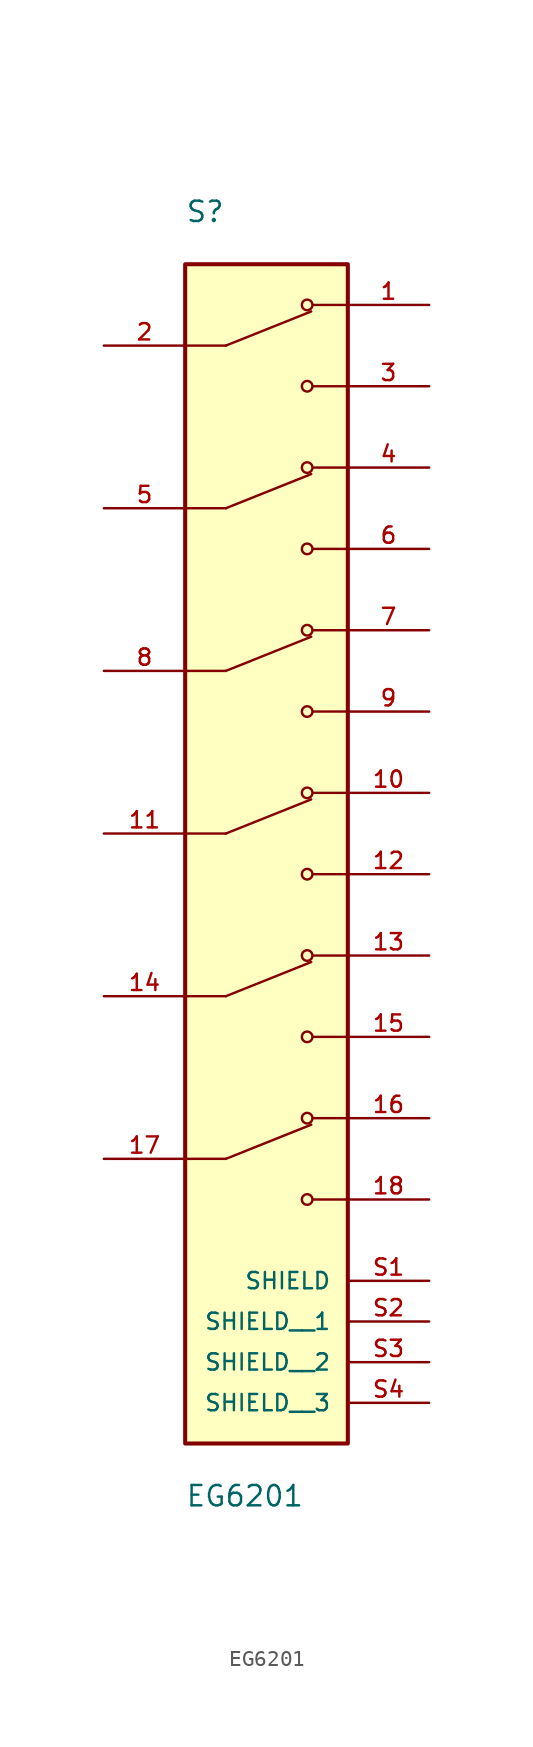
<source format=kicad_sym>
(kicad_symbol_lib
  (version 20211014)
  (generator kicad_symbol_editor)
  (symbol "EG6201"
    (pin_names
      (offset 1.016))
    (property "Reference" "S"
      (at -5.08 35.56 0)
      (effects (font (size 1.27 1.27)) (justify bottom left)))
    (property "Value" "EG6201"
      (at -5.08 -43.18 0)
      (effects (font (size 1.27 1.27)) (justify top left)))
    (symbol "EG6201_0_0"
      (polyline (pts (xy -2.54 27.94) (xy 2.794 30.074)) (stroke (width 0.152)))
      (circle (center 2.54 30.48) (radius 0.33) (stroke (width 0.152)) (fill (type none)))
      (circle (center 2.54 25.4) (radius 0.33) (stroke (width 0.152)) (fill (type none)))
      (polyline (pts (xy 5.08 25.4) (xy 2.921 25.4)) (stroke (width 0.152)))
      (polyline (pts (xy 5.08 30.48) (xy 2.921 30.48)) (stroke (width 0.152)))
      (polyline (pts (xy -2.54 27.94) (xy -5.08 27.94)) (stroke (width 0.152)))
      (polyline (pts (xy -2.54 17.78) (xy 2.794 19.914)) (stroke (width 0.152)))
      (circle (center 2.54 20.32) (radius 0.33) (stroke (width 0.152)) (fill (type none)))
      (circle (center 2.54 15.24) (radius 0.33) (stroke (width 0.152)) (fill (type none)))
      (polyline (pts (xy 5.08 15.24) (xy 2.921 15.24)) (stroke (width 0.152)))
      (polyline (pts (xy 5.08 20.32) (xy 2.921 20.32)) (stroke (width 0.152)))
      (polyline (pts (xy -2.54 17.78) (xy -5.08 17.78)) (stroke (width 0.152)))
      (polyline (pts (xy -2.54 7.62) (xy 2.794 9.754)) (stroke (width 0.152)))
      (circle (center 2.54 10.16) (radius 0.33) (stroke (width 0.152)) (fill (type none)))
      (circle (center 2.54 5.08) (radius 0.33) (stroke (width 0.152)) (fill (type none)))
      (polyline (pts (xy 5.08 5.08) (xy 2.921 5.08)) (stroke (width 0.152)))
      (polyline (pts (xy 5.08 10.16) (xy 2.921 10.16)) (stroke (width 0.152)))
      (polyline (pts (xy -2.54 7.62) (xy -5.08 7.62)) (stroke (width 0.152)))
      (polyline (pts (xy -2.54 -2.54) (xy 2.794 -0.406)) (stroke (width 0.152)))
      (circle (center 2.54 0.0) (radius 0.33) (stroke (width 0.152)) (fill (type none)))
      (circle (center 2.54 -5.08) (radius 0.33) (stroke (width 0.152)) (fill (type none)))
      (polyline (pts (xy 5.08 -5.08) (xy 2.921 -5.08)) (stroke (width 0.152)))
      (polyline (pts (xy 5.08 0.0) (xy 2.921 0.0)) (stroke (width 0.152)))
      (polyline (pts (xy -2.54 -2.54) (xy -5.08 -2.54)) (stroke (width 0.152)))
      (polyline (pts (xy -2.54 -12.7) (xy 2.794 -10.566)) (stroke (width 0.152)))
      (circle (center 2.54 -10.16) (radius 0.33) (stroke (width 0.152)) (fill (type none)))
      (circle (center 2.54 -15.24) (radius 0.33) (stroke (width 0.152)) (fill (type none)))
      (polyline (pts (xy 5.08 -15.24) (xy 2.921 -15.24)) (stroke (width 0.152)))
      (polyline (pts (xy 5.08 -10.16) (xy 2.921 -10.16)) (stroke (width 0.152)))
      (polyline (pts (xy -2.54 -12.7) (xy -5.08 -12.7)) (stroke (width 0.152)))
      (polyline (pts (xy -2.54 -22.86) (xy 2.794 -20.726)) (stroke (width 0.152)))
      (circle (center 2.54 -20.32) (radius 0.33) (stroke (width 0.152)) (fill (type none)))
      (circle (center 2.54 -25.4) (radius 0.33) (stroke (width 0.152)) (fill (type none)))
      (polyline (pts (xy 5.08 -25.4) (xy 2.921 -25.4)) (stroke (width 0.152)))
      (polyline (pts (xy 5.08 -20.32) (xy 2.921 -20.32)) (stroke (width 0.152)))
      (polyline (pts (xy -2.54 -22.86) (xy -5.08 -22.86)) (stroke (width 0.152)))
      (rectangle (start -5.08 -40.64) (end 5.08 33.02) (stroke (width 0.254)) (fill (type background)))
      (pin passive line (at 10.16 30.48 180.0) (length 5.08) (name "~" (effects (font (size 1.016 1.016)))) (number "1" (effects (font (size 1.016 1.016)))))
      (pin passive line (at -10.16 27.94 0) (length 5.08) (name "~" (effects (font (size 1.016 1.016)))) (number "2" (effects (font (size 1.016 1.016)))))
      (pin passive line (at 10.16 25.4 180.0) (length 5.08) (name "~" (effects (font (size 1.016 1.016)))) (number "3" (effects (font (size 1.016 1.016)))))
      (pin passive line (at 10.16 20.32 180.0) (length 5.08) (name "~" (effects (font (size 1.016 1.016)))) (number "4" (effects (font (size 1.016 1.016)))))
      (pin passive line (at -10.16 17.78 0) (length 5.08) (name "~" (effects (font (size 1.016 1.016)))) (number "5" (effects (font (size 1.016 1.016)))))
      (pin passive line (at 10.16 15.24 180.0) (length 5.08) (name "~" (effects (font (size 1.016 1.016)))) (number "6" (effects (font (size 1.016 1.016)))))
      (pin passive line (at 10.16 10.16 180.0) (length 5.08) (name "~" (effects (font (size 1.016 1.016)))) (number "7" (effects (font (size 1.016 1.016)))))
      (pin passive line (at -10.16 7.62 0) (length 5.08) (name "~" (effects (font (size 1.016 1.016)))) (number "8" (effects (font (size 1.016 1.016)))))
      (pin passive line (at 10.16 5.08 180.0) (length 5.08) (name "~" (effects (font (size 1.016 1.016)))) (number "9" (effects (font (size 1.016 1.016)))))
      (pin passive line (at 10.16 0.0 180.0) (length 5.08) (name "~" (effects (font (size 1.016 1.016)))) (number "10" (effects (font (size 1.016 1.016)))))
      (pin passive line (at -10.16 -2.54 0) (length 5.08) (name "~" (effects (font (size 1.016 1.016)))) (number "11" (effects (font (size 1.016 1.016)))))
      (pin passive line (at 10.16 -5.08 180.0) (length 5.08) (name "~" (effects (font (size 1.016 1.016)))) (number "12" (effects (font (size 1.016 1.016)))))
      (pin passive line (at 10.16 -10.16 180.0) (length 5.08) (name "~" (effects (font (size 1.016 1.016)))) (number "13" (effects (font (size 1.016 1.016)))))
      (pin passive line (at -10.16 -12.7 0) (length 5.08) (name "~" (effects (font (size 1.016 1.016)))) (number "14" (effects (font (size 1.016 1.016)))))
      (pin passive line (at 10.16 -15.24 180.0) (length 5.08) (name "~" (effects (font (size 1.016 1.016)))) (number "15" (effects (font (size 1.016 1.016)))))
      (pin passive line (at 10.16 -20.32 180.0) (length 5.08) (name "~" (effects (font (size 1.016 1.016)))) (number "16" (effects (font (size 1.016 1.016)))))
      (pin passive line (at -10.16 -22.86 0) (length 5.08) (name "~" (effects (font (size 1.016 1.016)))) (number "17" (effects (font (size 1.016 1.016)))))
      (pin passive line (at 10.16 -25.4 180.0) (length 5.08) (name "~" (effects (font (size 1.016 1.016)))) (number "18" (effects (font (size 1.016 1.016)))))
      (pin passive line (at 10.16 -30.48 180.0) (length 5.08) (name "SHIELD" (effects (font (size 1.016 1.016)))) (number "S1" (effects (font (size 1.016 1.016)))))
      (pin passive line (at 10.16 -33.02 180.0) (length 5.08) (name "SHIELD__1" (effects (font (size 1.016 1.016)))) (number "S2" (effects (font (size 1.016 1.016)))))
      (pin passive line (at 10.16 -35.56 180.0) (length 5.08) (name "SHIELD__2" (effects (font (size 1.016 1.016)))) (number "S3" (effects (font (size 1.016 1.016)))))
      (pin passive line (at 10.16 -38.1 180.0) (length 5.08) (name "SHIELD__3" (effects (font (size 1.016 1.016)))) (number "S4" (effects (font (size 1.016 1.016))))))))
</source>
